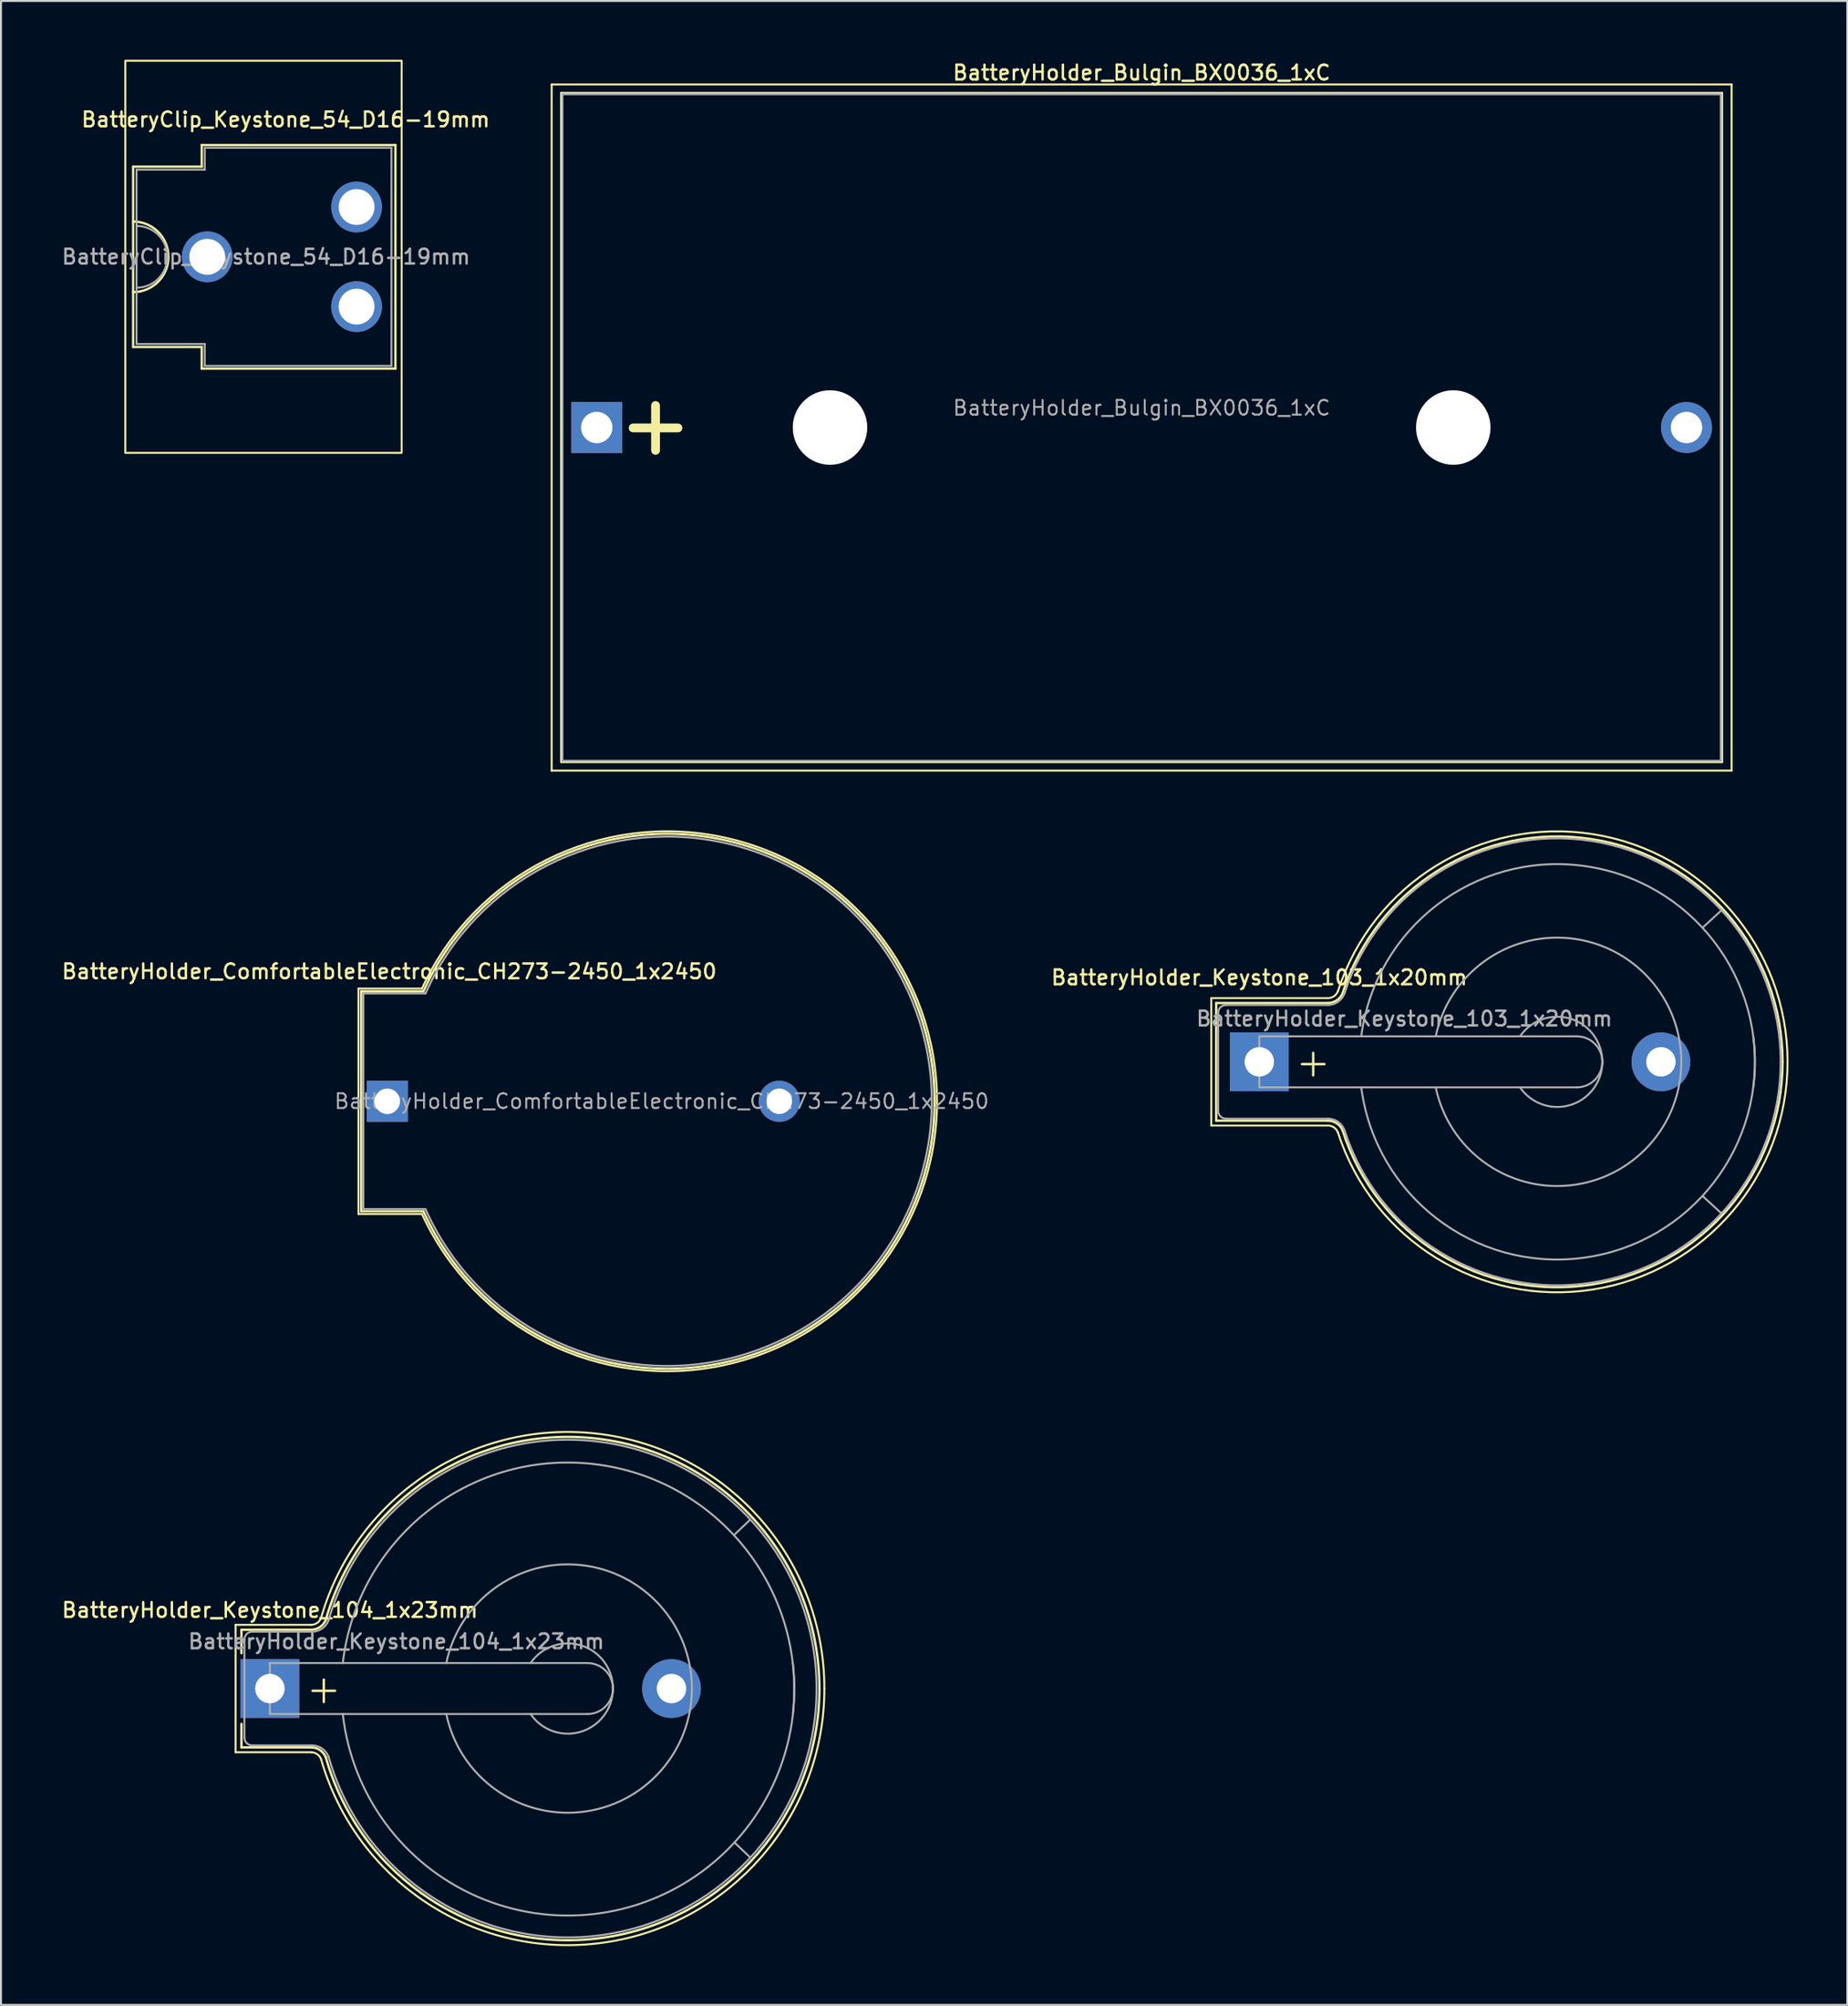
<source format=kicad_pcb>
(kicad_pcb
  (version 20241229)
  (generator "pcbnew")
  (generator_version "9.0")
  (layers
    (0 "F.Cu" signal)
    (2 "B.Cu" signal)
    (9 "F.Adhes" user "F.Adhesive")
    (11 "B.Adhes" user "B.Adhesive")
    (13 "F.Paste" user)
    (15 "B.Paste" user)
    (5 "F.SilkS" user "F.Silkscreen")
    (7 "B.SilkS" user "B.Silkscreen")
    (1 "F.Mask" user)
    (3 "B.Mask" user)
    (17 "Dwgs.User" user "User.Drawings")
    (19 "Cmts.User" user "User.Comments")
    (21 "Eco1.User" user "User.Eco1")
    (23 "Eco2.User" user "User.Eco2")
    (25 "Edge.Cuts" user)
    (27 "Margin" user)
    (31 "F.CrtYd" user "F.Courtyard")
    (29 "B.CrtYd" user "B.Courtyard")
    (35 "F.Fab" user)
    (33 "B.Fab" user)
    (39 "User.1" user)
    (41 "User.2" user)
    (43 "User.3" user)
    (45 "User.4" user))
  (footprint "BatteryHolder_ComfortableElectronic_CH273-2450_1x2450"
    (layer "F.Cu")
    (at 16.709 53.126)
    (property "Reference" "BatteryHolder_ComfortableElectronic_CH273-2450_1x2450" (at 0.1 -6.62 0) (layer "F.SilkS") (effects (font (size 0.75 0.75) (thickness 0.125))))
    (attr through_hole)
    (fp_line (start -1.47 -5.75) (end 1.77 -5.75) (stroke (width 0.1) (type solid)) (layer "F.SilkS"))
    (fp_line (start -1.47 5.75) (end -1.47 -5.75) (stroke (width 0.1) (type solid)) (layer "F.SilkS"))
    (fp_line (start -1.33 -5.61) (end 1.845 -5.61) (stroke (width 0.12) (type solid)) (layer "F.SilkS"))
    (fp_line (start -1.33 5.61) (end -1.33 -5.61) (stroke (width 0.12) (type solid)) (layer "F.SilkS"))
    (fp_line (start 1.77 5.75) (end -1.47 5.75) (stroke (width 0.1) (type solid)) (layer "F.SilkS"))
    (fp_line (start 1.845 5.61) (end -1.33 5.61) (stroke (width 0.12) (type solid)) (layer "F.SilkS"))
    (fp_arc (start 1.77 -5.75) (mid 28.048173 0) (end 1.77 5.75) (stroke (width 0.1) (type solid)) (layer "F.SilkS"))
    (fp_arc (start 1.845 -5.61) (mid 27.921896 0) (end 1.845 5.61) (stroke (width 0.12) (type solid)) (layer "F.SilkS"))
    (fp_line (start -1.22 -5.5) (end 1.95 -5.5) (stroke (width 0.1) (type solid)) (layer "F.Fab"))
    (fp_line (start -1.22 5.5) (end -1.22 -5.5) (stroke (width 0.1) (type solid)) (layer "F.Fab"))
    (fp_line (start 1.95 5.5) (end -1.22 5.5) (stroke (width 0.1) (type solid)) (layer "F.Fab"))
    (fp_arc (start 1.95 -5.5) (mid 27.78107 0) (end 1.95 5.5) (stroke (width 0.1) (type solid)) (layer "F.Fab"))
    (fp_text user "${REFERENCE}" (at 14 0 0) (layer "F.Fab") (effects (font (size 0.75 0.75) (thickness 0.1))))
    (pad "1" thru_hole rect (at 0 0 270) (size 2.1 2.1) (drill 1.3) (layers "*.Cu" "*.Mask"))
    (pad "2" thru_hole circle (at 20 0 270) (size 2.1 2.1) (drill 1.3) (layers "*.Cu" "*.Mask")))
  (footprint "BatteryClip_Keystone_54_D16-19mm"
    (layer "F.Cu")
    (at 7.523 10.05)
    (property "Reference" "BatteryClip_Keystone_54_D16-19mm" (at 4 -7 0) (layer "F.SilkS") (effects (font (size 0.75 0.75) (thickness 0.125))))
    (attr through_hole)
    (fp_line (start -3.78 -4.6) (end -3.78 4.6) (stroke (width 0.12) (type default)) (layer "F.SilkS"))
    (fp_line (start -3.78 4.6) (end -0.28 4.6) (stroke (width 0.12) (type default)) (layer "F.SilkS"))
    (fp_line (start -0.28 -5.7) (end -0.28 -4.6) (stroke (width 0.12) (type default)) (layer "F.SilkS"))
    (fp_line (start -0.28 -4.6) (end -3.78 -4.6) (stroke (width 0.12) (type default)) (layer "F.SilkS"))
    (fp_line (start -0.28 4.6) (end -0.28 5.7) (stroke (width 0.12) (type default)) (layer "F.SilkS"))
    (fp_line (start -0.28 5.7) (end 9.6 5.7) (stroke (width 0.12) (type default)) (layer "F.SilkS"))
    (fp_line (start 9.6 -5.7) (end -0.28 -5.7) (stroke (width 0.12) (type default)) (layer "F.SilkS"))
    (fp_line (start 9.6 5.7) (end 9.6 -5.7) (stroke (width 0.12) (type default)) (layer "F.SilkS"))
    (fp_rect (start 9.92 10) (end -4.18 -10) (stroke (width 0.1) (type default)) (fill no) (layer "F.SilkS"))
    (fp_arc (start -3.78 -1.8) (mid -1.98 0) (end -3.78 1.8) (stroke (width 0.12) (type default)) (layer "F.SilkS"))
    (fp_line (start -3.607 -4.445) (end -0.127 -4.445) (stroke (width 0.1) (type default)) (layer "F.Fab"))
    (fp_line (start -3.607 4.445) (end -3.607 -4.445) (stroke (width 0.1) (type default)) (layer "F.Fab"))
    (fp_line (start -3.607 4.445) (end -0.127 4.445) (stroke (width 0.1) (type default)) (layer "F.Fab"))
    (fp_line (start -0.127 -5.563) (end -0.127 -4.445) (stroke (width 0.1) (type default)) (layer "F.Fab"))
    (fp_line (start -0.127 -5.563) (end 9.398 -5.563) (stroke (width 0.1) (type default)) (layer "F.Fab"))
    (fp_line (start -0.127 5.563) (end -0.127 4.445) (stroke (width 0.1) (type default)) (layer "F.Fab"))
    (fp_line (start -0.127 5.563) (end 9.398 5.563) (stroke (width 0.1) (type default)) (layer "F.Fab"))
    (fp_line (start 9.398 5.563) (end 9.398 -5.563) (stroke (width 0.1) (type default)) (layer "F.Fab"))
    (fp_arc (start -3.6068 -1.5748) (mid -2.032 0) (end -3.6068 1.5748) (stroke (width 0.1) (type default)) (layer "F.Fab"))
    (fp_text user "${REFERENCE}" (at 3 0 0) (layer "F.Fab") (effects (font (size 0.75 0.75) (thickness 0.125))))
    (pad "1" thru_hole circle (at 0 0 180) (size 2.591 2.591) (drill 1.829) (layers "*.Cu" "*.Mask"))
    (pad "1" thru_hole circle (at 7.62 -2.54 180) (size 2.591 2.591) (drill 1.829) (layers "*.Cu" "*.Mask"))
    (pad "1" thru_hole circle (at 7.62 2.54 180) (size 2.591 2.591) (drill 1.829) (layers "*.Cu" "*.Mask")))
  (footprint "BatteryHolder_Bulgin_BX0036_1xC"
    (layer "F.Cu")
    (at 27.396 18.758)
    (property "Reference" "BatteryHolder_Bulgin_BX0036_1xC" (at 27.8 -18.1 0) (layer "F.SilkS") (effects (font (size 0.75 0.75) (thickness 0.125))))
    (attr through_hole)
    (fp_line (start -2.3 -17.5) (end 57.9 -17.5) (stroke (width 0.1) (type solid)) (layer "F.SilkS"))
    (fp_line (start -2.3 17.5) (end -2.3 -17.5) (stroke (width 0.1) (type solid)) (layer "F.SilkS"))
    (fp_line (start -1.81 -17.06) (end -1.81 17.06) (stroke (width 0.12) (type solid)) (layer "F.SilkS"))
    (fp_line (start -1.81 -17.06) (end 57.41 -17.06) (stroke (width 0.12) (type solid)) (layer "F.SilkS"))
    (fp_line (start -1.81 17.06) (end 57.41 17.06) (stroke (width 0.12) (type solid)) (layer "F.SilkS"))
    (fp_line (start 57.41 -17.06) (end 57.41 17.06) (stroke (width 0.12) (type solid)) (layer "F.SilkS"))
    (fp_line (start 57.9 -17.5) (end 57.9 17.5) (stroke (width 0.1) (type solid)) (layer "F.SilkS"))
    (fp_line (start 57.9 17.5) (end -2.3 17.5) (stroke (width 0.1) (type solid)) (layer "F.SilkS"))
    (fp_line (start -1.75 -17) (end 57.35 -17) (stroke (width 0.1) (type solid)) (layer "F.Fab"))
    (fp_line (start -1.75 17) (end -1.75 -17) (stroke (width 0.1) (type solid)) (layer "F.Fab"))
    (fp_line (start 57.35 -17) (end 57.35 17) (stroke (width 0.1) (type solid)) (layer "F.Fab"))
    (fp_line (start 57.35 17) (end -1.75 17) (stroke (width 0.1) (type solid)) (layer "F.Fab"))
    (fp_text user "+" (at 3 -0.2 0) (layer "F.SilkS") (effects (font (size 3 3) (thickness 0.45))))
    (fp_text user "${REFERENCE}" (at 27.8 -1 0) (layer "F.Fab") (effects (font (size 0.75 0.75) (thickness 0.1))))
    (pad "" np_thru_hole circle (at 11.9 0) (size 3.8 3.8) (drill 3.8) (layers "*.Cu" "*.Mask"))
    (pad "" np_thru_hole circle (at 43.7 0) (size 3.8 3.8) (drill 3.8) (layers "*.Cu" "*.Mask"))
    (pad "1" thru_hole rect (at 0 0) (size 2.6 2.6) (drill 1.6) (layers "*.Cu" "*.Mask"))
    (pad "2" thru_hole circle (at 55.6 0) (size 2.6 2.6) (drill 1.6) (layers "*.Cu" "*.Mask")))
  (footprint "BatteryHolder_Keystone_104_1x23mm"
    (layer "F.Cu")
    (at 10.72 83.083)
    (property "Reference" "BatteryHolder_Keystone_104_1x23mm" (at 0 -4 0) (layer "F.SilkS") (effects (font (size 0.75 0.75) (thickness 0.125))))
    (attr through_hole)
    (fp_line (start -1.75 -3.25) (end 2.1 -3.25) (stroke (width 0.1) (type solid)) (layer "F.SilkS"))
    (fp_line (start -1.75 3.25) (end -1.75 -3.25) (stroke (width 0.1) (type solid)) (layer "F.SilkS"))
    (fp_line (start -1.75 3.25) (end 2.1 3.25) (stroke (width 0.1) (type solid)) (layer "F.SilkS"))
    (fp_line (start -1.45 -3) (end 2.1 -3) (stroke (width 0.12) (type solid)) (layer "F.SilkS"))
    (fp_line (start -1.45 -1.8) (end -1.45 -3) (stroke (width 0.12) (type solid)) (layer "F.SilkS"))
    (fp_line (start -1.45 1.8) (end -1.45 3) (stroke (width 0.12) (type solid)) (layer "F.SilkS"))
    (fp_line (start -1.45 3) (end 2.1 3) (stroke (width 0.12) (type solid)) (layer "F.SilkS"))
    (fp_arc (start 2.1 3) (mid 2.550694 3.136459) (end 2.85 3.5) (stroke (width 0.12) (type solid)) (layer "F.SilkS"))
    (fp_arc (start 2.1 3.25) (mid 2.409273 3.345916) (end 2.61 3.6) (stroke (width 0.1) (type solid)) (layer "F.SilkS"))
    (fp_arc (start 2.61 -3.6) (mid 2.409273 -3.345916) (end 2.1 -3.25) (stroke (width 0.1) (type solid)) (layer "F.SilkS"))
    (fp_arc (start 2.61 -3.6) (mid 17.014716 -12.961641) (end 28.29 0) (stroke (width 0.1) (type solid)) (layer "F.SilkS"))
    (fp_arc (start 2.85 -3.5) (mid 2.550694 -3.136459) (end 2.1 -3) (stroke (width 0.12) (type solid)) (layer "F.SilkS"))
    (fp_arc (start 2.85 -3.5) (mid 16.966716 -12.714122) (end 28.03617 0) (stroke (width 0.12) (type solid)) (layer "F.SilkS"))
    (fp_arc (start 28.03617 0) (mid 16.966716 12.714122) (end 2.85 3.5) (stroke (width 0.12) (type solid)) (layer "F.SilkS"))
    (fp_arc (start 28.29 0) (mid 17.014716 12.961641) (end 2.61 3.6) (stroke (width 0.1) (type solid)) (layer "F.SilkS"))
    (fp_line (start -1.3 -2.5) (end -1.3 2.5) (stroke (width 0.1) (type solid)) (layer "F.Fab"))
    (fp_line (start -0.9 2.9) (end 2.15 2.9) (stroke (width 0.1) (type solid)) (layer "F.Fab"))
    (fp_line (start 0 -1.3) (end 0 1.3) (stroke (width 0.1) (type solid)) (layer "F.Fab"))
    (fp_line (start 0 1.3) (end 16.2 1.3) (stroke (width 0.1) (type solid)) (layer "F.Fab"))
    (fp_line (start 2.15 -2.9) (end -0.9 -2.9) (stroke (width 0.1) (type solid)) (layer "F.Fab"))
    (fp_line (start 16.2 -1.3) (end 0 -1.3) (stroke (width 0.1) (type solid)) (layer "F.Fab"))
    (fp_line (start 23.7 -7.85) (end 24.5 -8.61) (stroke (width 0.1) (type solid)) (layer "F.Fab"))
    (fp_line (start 23.7 7.85) (end 24.5 8.61) (stroke (width 0.1) (type solid)) (layer "F.Fab"))
    (fp_arc (start -1.3 -2.5) (mid -1.182843 -2.782843) (end -0.9 -2.9) (stroke (width 0.1) (type solid)) (layer "F.Fab"))
    (fp_arc (start -0.9 2.9) (mid -1.182843 2.782843) (end -1.3 2.5) (stroke (width 0.1) (type solid)) (layer "F.Fab"))
    (fp_arc (start 2.15 2.9) (mid 2.670216 3.06511) (end 3 3.5) (stroke (width 0.1) (type solid)) (layer "F.Fab"))
    (fp_arc (start 3 -3.5) (mid 2.670217 -3.06511) (end 2.15 -2.9) (stroke (width 0.1) (type solid)) (layer "F.Fab"))
    (fp_arc (start 3 -3.5) (mid 16.968026 -12.568376) (end 27.892123 0.00164) (stroke (width 0.1) (type solid)) (layer "F.Fab"))
    (fp_arc (start 3.72 -1.3) (mid 16.5 -11.48) (end 26.68 1.3) (stroke (width 0.1) (type solid)) (layer "F.Fab"))
    (fp_arc (start 9 -1.3) (mid 15.851289 -6.300938) (end 21.53 0) (stroke (width 0.1) (type solid)) (layer "F.Fab"))
    (fp_arc (start 13.3 -1.3) (mid 15.963947 -2.171724) (end 17.495448 0.175833) (stroke (width 0.1) (type solid)) (layer "F.Fab"))
    (fp_arc (start 16.2 -1.3) (mid 17.5 0) (end 16.2 1.3) (stroke (width 0.1) (type solid)) (layer "F.Fab"))
    (fp_arc (start 17.495448 -0.175833) (mid 15.963947 2.171724) (end 13.3 1.3) (stroke (width 0.1) (type solid)) (layer "F.Fab"))
    (fp_arc (start 21.53 0) (mid 15.851292 6.300937) (end 9 1.3) (stroke (width 0.1) (type solid)) (layer "F.Fab"))
    (fp_arc (start 26.68 -1.3) (mid 16.5 11.48) (end 3.72 1.3) (stroke (width 0.1) (type solid)) (layer "F.Fab"))
    (fp_arc (start 27.892123 -0.00164) (mid 16.968026 12.568376) (end 3 3.5) (stroke (width 0.1) (type solid)) (layer "F.Fab"))
    (fp_text user "+" (at 2.75 0 0) (layer "F.SilkS") (effects (font (size 1.5 1.5) (thickness 0.125))))
    (fp_text user "${REFERENCE}" (at 6.45 -2.4 0) (layer "F.Fab") (effects (font (size 0.75 0.75) (thickness 0.125))))
    (pad "1" thru_hole rect (at 0 0) (size 3 3) (drill 1.5) (layers "*.Cu" "*.Mask"))
    (pad "2" thru_hole circle (at 20.49 0) (size 3 3) (drill 1.5) (layers "*.Cu" "*.Mask")))
  (footprint "BatteryHolder_Keystone_103_1x20mm"
    (layer "F.Cu")
    (at 61.2 51.114)
    (property "Reference" "BatteryHolder_Keystone_103_1x20mm" (at 0 -4.3 0) (layer "F.SilkS") (effects (font (size 0.75 0.75) (thickness 0.125))))
    (attr through_hole)
    (fp_line (start -2.45 -3.25) (end 3.5 -3.25) (stroke (width 0.1) (type solid)) (layer "F.SilkS"))
    (fp_line (start -2.45 3.25) (end -2.45 -3.25) (stroke (width 0.1) (type solid)) (layer "F.SilkS"))
    (fp_line (start -2.45 3.25) (end 3.5 3.25) (stroke (width 0.1) (type solid)) (layer "F.SilkS"))
    (fp_line (start -2.2 -3) (end 3.5 -3) (stroke (width 0.12) (type solid)) (layer "F.SilkS"))
    (fp_line (start -2.2 3) (end -2.2 -3) (stroke (width 0.12) (type solid)) (layer "F.SilkS"))
    (fp_line (start -2.2 3) (end 3.5 3) (stroke (width 0.12) (type solid)) (layer "F.SilkS"))
    (fp_arc (start 3.5 3) (mid 3.950694 3.136459) (end 4.25 3.5) (stroke (width 0.12) (type solid)) (layer "F.SilkS"))
    (fp_arc (start 3.5 3.25) (mid 3.809273 3.345916) (end 4.01 3.6) (stroke (width 0.1) (type solid)) (layer "F.SilkS"))
    (fp_arc (start 4.01 -3.6) (mid 3.809273 -3.345916) (end 3.5 -3.25) (stroke (width 0.1) (type solid)) (layer "F.SilkS"))
    (fp_arc (start 4.01 -3.6) (mid 17.020063 -11.613627) (end 26.95 0) (stroke (width 0.1) (type solid)) (layer "F.SilkS"))
    (fp_arc (start 4.25 -3.5) (mid 3.950694 -3.136459) (end 3.5 -3) (stroke (width 0.12) (type solid)) (layer "F.SilkS"))
    (fp_arc (start 4.25 -3.5) (mid 16.971103 -11.358466) (end 26.695671 0) (stroke (width 0.12) (type solid)) (layer "F.SilkS"))
    (fp_arc (start 26.695671 0) (mid 16.971103 11.358466) (end 4.25 3.5) (stroke (width 0.12) (type solid)) (layer "F.SilkS"))
    (fp_arc (start 26.95 0) (mid 17.020063 11.613629) (end 4.01 3.6) (stroke (width 0.1) (type solid)) (layer "F.SilkS"))
    (fp_line (start -2.1 -2.5) (end -2.1 2.5) (stroke (width 0.1) (type solid)) (layer "F.Fab"))
    (fp_line (start -1.7 2.9) (end 3.5 2.9) (stroke (width 0.1) (type solid)) (layer "F.Fab"))
    (fp_line (start 0 -1.3) (end 0 1.3) (stroke (width 0.1) (type solid)) (layer "F.Fab"))
    (fp_line (start 0 1.3) (end 16.2 1.3) (stroke (width 0.1) (type solid)) (layer "F.Fab"))
    (fp_line (start 3.5 -2.9) (end -1.7 -2.9) (stroke (width 0.1) (type solid)) (layer "F.Fab"))
    (fp_line (start 16.2 -1.3) (end 0 -1.3) (stroke (width 0.1) (type solid)) (layer "F.Fab"))
    (fp_line (start 23.571 -7.722) (end 22.631 -6.858) (stroke (width 0.1) (type solid)) (layer "F.Fab"))
    (fp_line (start 23.571 7.722) (end 22.657 6.883) (stroke (width 0.1) (type solid)) (layer "F.Fab"))
    (fp_arc (start -2.1 -2.5) (mid -1.982843 -2.782843) (end -1.7 -2.9) (stroke (width 0.1) (type solid)) (layer "F.Fab"))
    (fp_arc (start -1.7 2.9) (mid -1.982843 2.782843) (end -2.1 2.5) (stroke (width 0.1) (type solid)) (layer "F.Fab"))
    (fp_arc (start 3.5 2.9) (mid 4.020217 3.065109) (end 4.35 3.5) (stroke (width 0.1) (type solid)) (layer "F.Fab"))
    (fp_arc (start 4.35 -3.5) (mid 4.020217 -3.06511) (end 3.5 -2.9) (stroke (width 0.1) (type solid)) (layer "F.Fab"))
    (fp_arc (start 4.35 -3.5) (mid 16.971395 -11.261979) (end 26.600299 0) (stroke (width 0.1) (type solid)) (layer "F.Fab"))
    (fp_arc (start 5.2 -1.3) (mid 16.5 -10) (end 25.2 1.3) (stroke (width 0.1) (type solid)) (layer "F.Fab"))
    (fp_arc (start 9 -1.3) (mid 15.851289 -6.300938) (end 21.53 0) (stroke (width 0.1) (type solid)) (layer "F.Fab"))
    (fp_arc (start 13.3 -1.3) (mid 15.963947 -2.171724) (end 17.495448 0.175833) (stroke (width 0.1) (type solid)) (layer "F.Fab"))
    (fp_arc (start 16.2 -1.3) (mid 17.5 0) (end 16.2 1.3) (stroke (width 0.1) (type solid)) (layer "F.Fab"))
    (fp_arc (start 17.495448 -0.175833) (mid 15.963947 2.171724) (end 13.3 1.3) (stroke (width 0.1) (type solid)) (layer "F.Fab"))
    (fp_arc (start 21.53 0) (mid 15.851292 6.300937) (end 9 1.3) (stroke (width 0.1) (type solid)) (layer "F.Fab"))
    (fp_arc (start 25.2 -1.3) (mid 16.5 10) (end 5.2 1.3) (stroke (width 0.1) (type solid)) (layer "F.Fab"))
    (fp_arc (start 26.600299 0) (mid 16.971396 11.261979) (end 4.35 3.5) (stroke (width 0.1) (type solid)) (layer "F.Fab"))
    (fp_text user "+" (at 2.75 0 0) (layer "F.SilkS") (effects (font (size 1.5 1.5) (thickness 0.125))))
    (fp_text user "${REFERENCE}" (at 7.4 -2.2 0) (layer "F.Fab") (effects (font (size 0.75 0.75) (thickness 0.125))))
    (pad "1" thru_hole rect (at 0 0) (size 3 3) (drill 1.5) (layers "*.Cu" "*.Mask"))
    (pad "2" thru_hole circle (at 20.49 0) (size 3 3) (drill 1.5) (layers "*.Cu" "*.Mask")))
  (gr_rect
    (start -3 -3)
    (end 91.2 99.221)
    (stroke (width 0.1) (type default))
    (fill no)
    (layer "Edge.Cuts")))
</source>
